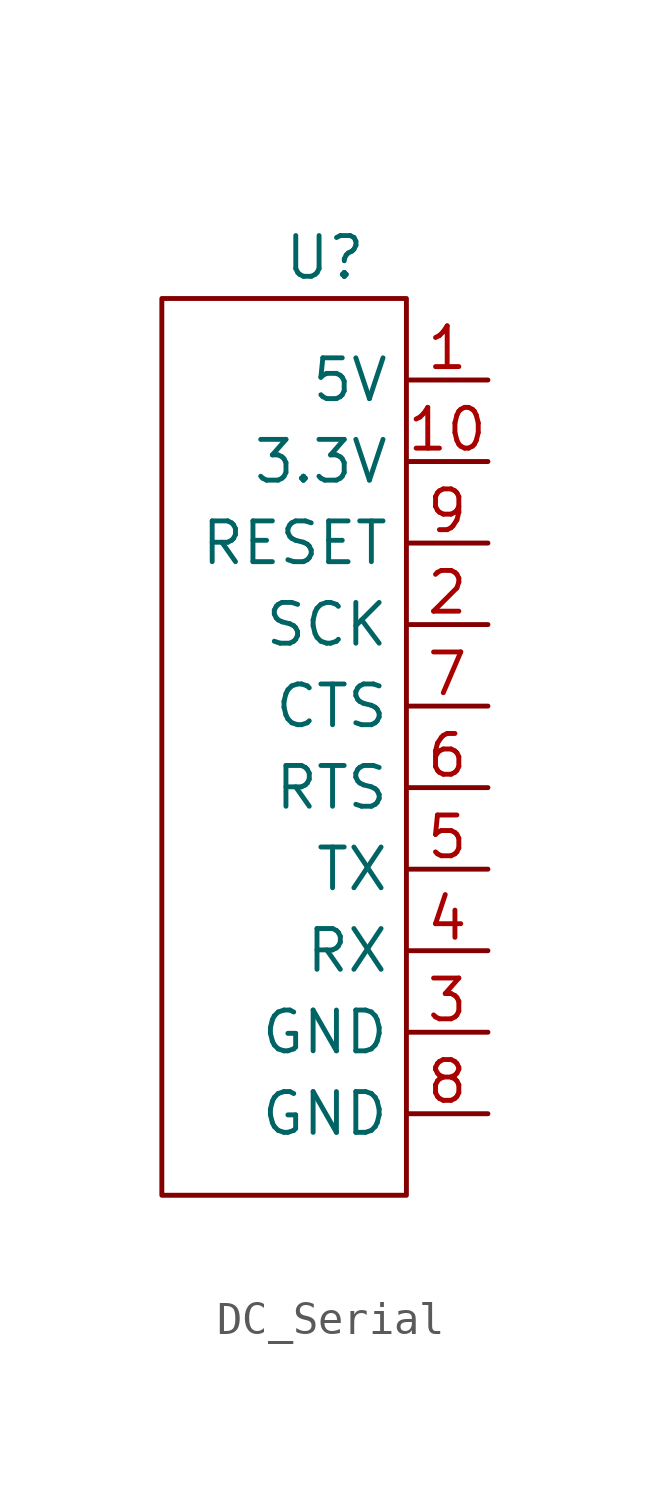
<source format=kicad_sym>
(kicad_symbol_lib
  (version 20220914)
  (generator kicad_symbol_editor)
  (symbol "DC_Serial"
    (property "Reference" "U"
      (at 0 0 0)
      (effects (font (size 1.27 1.27))))
    (property "Value" ""
      (at 0 0 0)
      (effects (font (size 1.27 1.27))))
    (symbol "DC_Serial_0_1"
      (rectangle (start -5.08 -1.27) (end 2.54 -29.21) (stroke (width 0) (type default)) (fill (type none))))
    (symbol "DC_Serial_1_1"
      (pin power_out line (at 5.08 -3.81 180) (length 2.54) (name "5V" (effects (font (size 1.27 1.27)))) (number "1" (effects (font (size 1.27 1.27)))))
      (pin power_in line (at 5.08 -6.35 180) (length 2.54) (name "3.3V" (effects (font (size 1.27 1.27)))) (number "10" (effects (font (size 1.27 1.27)))))
      (pin input line (at 5.08 -11.43 180) (length 2.54) (name "SCK" (effects (font (size 1.27 1.27)))) (number "2" (effects (font (size 1.27 1.27)))))
      (pin power_out line (at 5.08 -24.13 180) (length 2.54) (name "GND" (effects (font (size 1.27 1.27)))) (number "3" (effects (font (size 1.27 1.27)))))
      (pin input line (at 5.08 -21.59 180) (length 2.54) (name "RX" (effects (font (size 1.27 1.27)))) (number "4" (effects (font (size 1.27 1.27)))))
      (pin input line (at 5.08 -19.05 180) (length 2.54) (name "TX" (effects (font (size 1.27 1.27)))) (number "5" (effects (font (size 1.27 1.27)))))
      (pin input line (at 5.08 -16.51 180) (length 2.54) (name "RTS" (effects (font (size 1.27 1.27)))) (number "6" (effects (font (size 1.27 1.27)))))
      (pin input line (at 5.08 -13.97 180) (length 2.54) (name "CTS" (effects (font (size 1.27 1.27)))) (number "7" (effects (font (size 1.27 1.27)))))
      (pin power_out line (at 5.08 -26.67 180) (length 2.54) (name "GND" (effects (font (size 1.27 1.27)))) (number "8" (effects (font (size 1.27 1.27)))))
      (pin input line (at 5.08 -8.89 180) (length 2.54) (name "RESET" (effects (font (size 1.27 1.27)))) (number "9" (effects (font (size 1.27 1.27))))))))
</source>
